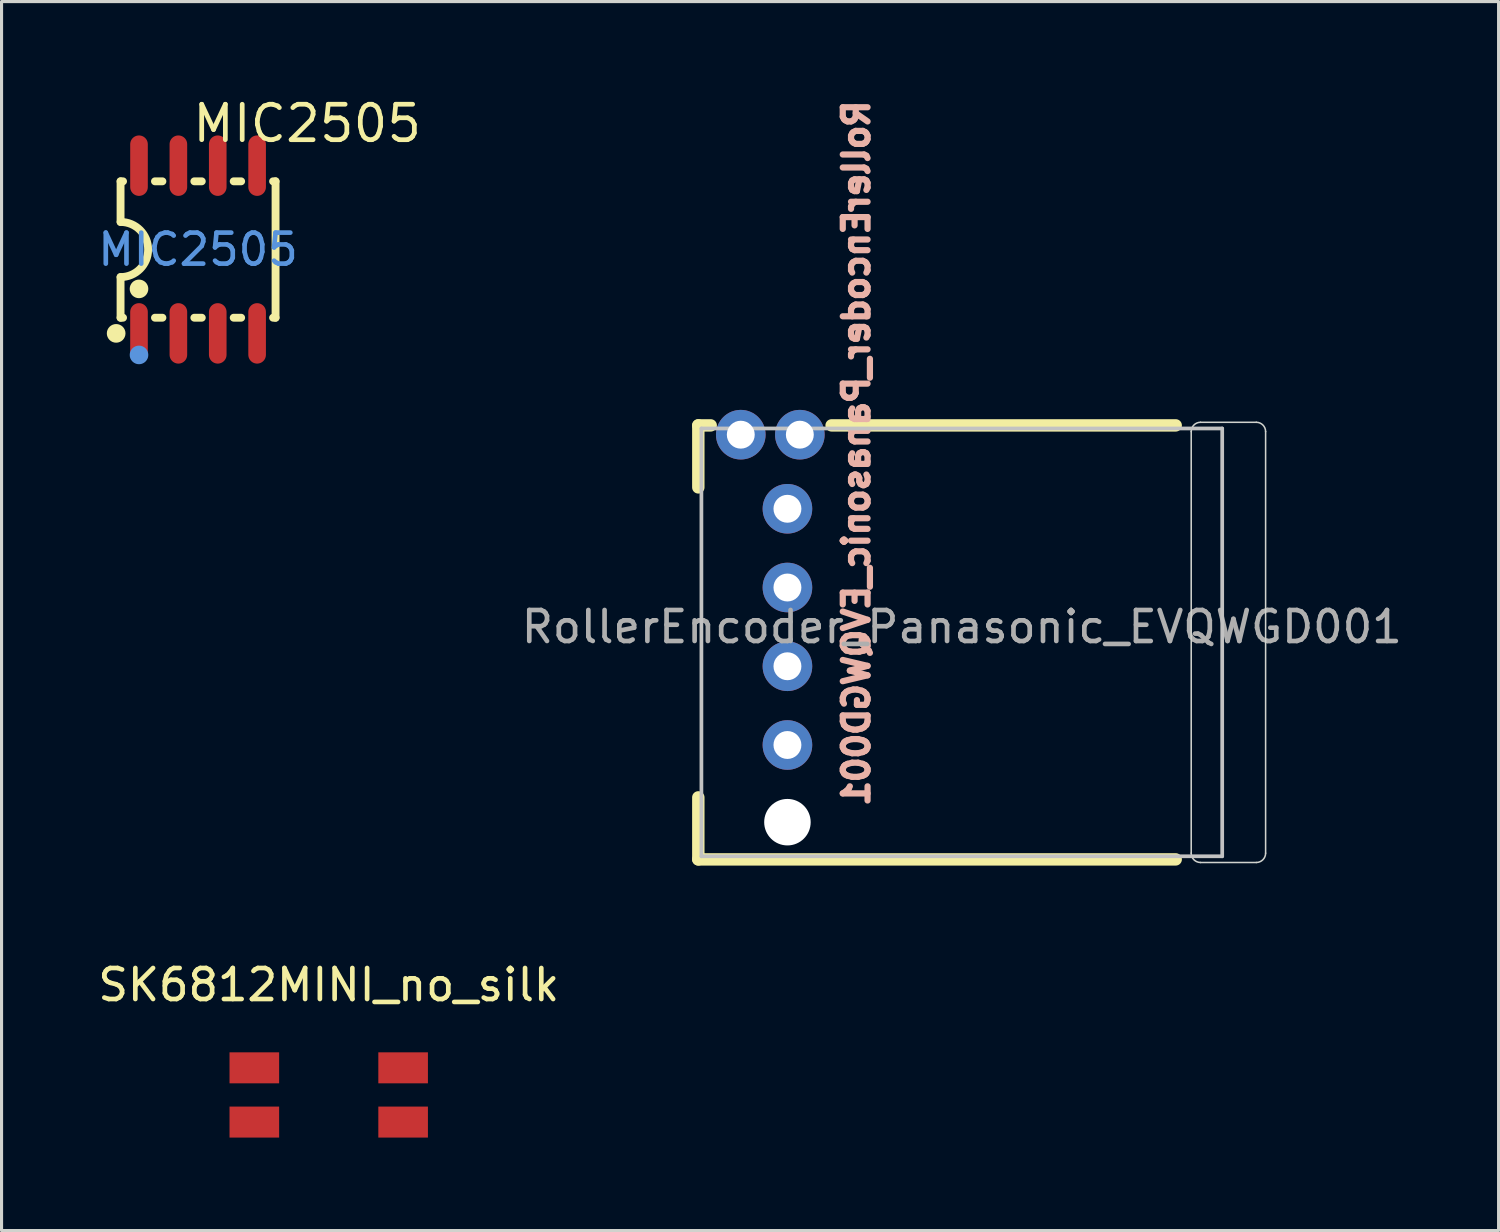
<source format=kicad_pcb>
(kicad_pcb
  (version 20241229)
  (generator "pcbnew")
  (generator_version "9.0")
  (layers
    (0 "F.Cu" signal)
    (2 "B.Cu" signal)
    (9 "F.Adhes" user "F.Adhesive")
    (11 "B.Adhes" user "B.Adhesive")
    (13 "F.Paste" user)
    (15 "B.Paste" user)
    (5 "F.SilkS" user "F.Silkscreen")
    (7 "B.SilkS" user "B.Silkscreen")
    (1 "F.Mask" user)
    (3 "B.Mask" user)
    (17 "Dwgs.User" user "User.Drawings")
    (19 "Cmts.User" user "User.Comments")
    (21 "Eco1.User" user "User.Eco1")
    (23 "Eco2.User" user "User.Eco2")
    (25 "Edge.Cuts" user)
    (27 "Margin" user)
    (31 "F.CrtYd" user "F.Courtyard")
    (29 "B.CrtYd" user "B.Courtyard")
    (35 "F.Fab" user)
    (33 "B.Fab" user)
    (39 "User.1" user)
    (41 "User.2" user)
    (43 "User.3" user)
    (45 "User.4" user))
  (footprint "MIC2505"
    (layer "F.Cu")
    (at 3.339 4.999)
    (property "Reference" "MIC2505" (at -0.254 -4.064 0) (layer "F.SilkS") (effects (font (size 1.143 1.143) (thickness 0.152)) (justify left)))
    (attr smd)
    (fp_line (start -2.5 -2.2) (end -2.5 -0.889) (stroke (width 0.254) (type solid)) (layer "F.SilkS"))
    (fp_line (start -2.5 2.2) (end -2.5 0.889) (stroke (width 0.254) (type solid)) (layer "F.SilkS"))
    (fp_line (start -2.42 -2.2) (end -2.5 -2.2) (stroke (width 0.254) (type solid)) (layer "F.SilkS"))
    (fp_line (start -2.42 2.2) (end -2.5 2.2) (stroke (width 0.254) (type solid)) (layer "F.SilkS"))
    (fp_line (start -1.15 -2.2) (end -1.39 -2.2) (stroke (width 0.254) (type solid)) (layer "F.SilkS"))
    (fp_line (start -1.15 2.2) (end -1.39 2.2) (stroke (width 0.254) (type solid)) (layer "F.SilkS"))
    (fp_line (start 0.12 -2.2) (end -0.12 -2.2) (stroke (width 0.254) (type solid)) (layer "F.SilkS"))
    (fp_line (start 0.12 2.2) (end -0.12 2.2) (stroke (width 0.254) (type solid)) (layer "F.SilkS"))
    (fp_line (start 1.39 -2.2) (end 1.15 -2.2) (stroke (width 0.254) (type solid)) (layer "F.SilkS"))
    (fp_line (start 1.39 2.2) (end 1.15 2.2) (stroke (width 0.254) (type solid)) (layer "F.SilkS"))
    (fp_line (start 2.5 -2.2) (end 2.42 -2.2) (stroke (width 0.254) (type solid)) (layer "F.SilkS"))
    (fp_line (start 2.5 -2.2) (end 2.5 2.2) (stroke (width 0.254) (type solid)) (layer "F.SilkS"))
    (fp_line (start 2.5 2.2) (end 2.42 2.2) (stroke (width 0.254) (type solid)) (layer "F.SilkS"))
    (fp_arc (start -2.499 -0.889) (mid -1.611 0.001) (end -2.501 0.889) (stroke (width 0.254) (type solid)) (layer "F.SilkS"))
    (fp_circle (center -2.642 2.705) (end -2.491 2.705) (stroke (width 0.3) (type solid)) (fill no) (layer "F.SilkS"))
    (fp_circle (center -1.905 1.27) (end -1.755 1.27) (stroke (width 0.3) (type solid)) (fill no) (layer "F.SilkS"))
    (fp_circle (center -1.905 3.4) (end -1.755 3.4) (stroke (width 0.3) (type solid)) (fill no) (layer "Cmts.User"))
    (fp_text user "MIC2505" (at 0 0 0) (layer "Cmts.User") (effects (font (size 1 1) (thickness 0.15))))
    (pad "1" smd oval (at -1.905 2.705) (size 0.568 1.95) (layers "F.Cu" "F.Mask" "F.Paste"))
    (pad "2" smd oval (at -0.635 2.705) (size 0.568 1.95) (layers "F.Cu" "F.Mask" "F.Paste"))
    (pad "3" smd oval (at 0.635 2.705) (size 0.568 1.95) (layers "F.Cu" "F.Mask" "F.Paste"))
    (pad "4" smd oval (at 1.905 2.705) (size 0.568 1.95) (layers "F.Cu" "F.Mask" "F.Paste"))
    (pad "5" smd oval (at 1.905 -2.705) (size 0.568 1.95) (layers "F.Cu" "F.Mask" "F.Paste"))
    (pad "6" smd oval (at 0.635 -2.705) (size 0.568 1.95) (layers "F.Cu" "F.Mask" "F.Paste"))
    (pad "7" smd oval (at -0.635 -2.705) (size 0.568 1.95) (layers "F.Cu" "F.Mask" "F.Paste"))
    (pad "8" smd oval (at -1.905 -2.705) (size 0.568 1.95) (layers "F.Cu" "F.Mask" "F.Paste")))
  (footprint "SK6812MINI_no_silk"
    (layer "F.Cu")
    (at 7.554 32.271)
    (property "Reference" "SK6812MINI_no_silk" (at 0 -3.55 0) (layer "F.SilkS") (effects (font (size 1 1) (thickness 0.15))))
    (attr through_hole)
    (pad "1" smd rect (at 2.4 -0.875) (size 1.6 1) (layers "F.Cu" "F.Mask" "F.Paste"))
    (pad "2" smd rect (at 2.4 0.875) (size 1.6 1) (layers "F.Cu" "F.Mask" "F.Paste"))
    (pad "3" smd rect (at -2.4 0.875) (size 1.6 1) (layers "F.Cu" "F.Mask" "F.Paste"))
    (pad "4" smd rect (at -2.4 -0.875) (size 1.6 1) (layers "F.Cu" "F.Mask" "F.Paste")))
  (footprint "RollerEncoder_Panasonic_EVQWGD001"
    (layer "F.Cu")
    (at 27.976 17.172)
    (property "Reference" "RollerEncoder_Panasonic_EVQWGD001" (at 0 0 0) (layer "F.Fab") (effects (font (size 1 1) (thickness 0.15))))
    (attr through_hole)
    (fp_line (start -8.5 -6.5) (end -8.5 -4.5) (stroke (width 0.4) (type solid)) (layer "F.SilkS"))
    (fp_line (start -8.5 5.5) (end -8.5 7.5) (stroke (width 0.4) (type solid)) (layer "F.SilkS"))
    (fp_line (start -8.5 7.5) (end 6.9 7.5) (stroke (width 0.4) (type solid)) (layer "F.SilkS"))
    (fp_line (start -8.1 -6.5) (end -8.5 -6.5) (stroke (width 0.4) (type solid)) (layer "F.SilkS"))
    (fp_line (start 6.9 -6.5) (end -4.2 -6.5) (stroke (width 0.4) (type solid)) (layer "F.SilkS"))
    (fp_line (start -8.4 -6.4) (end 8.4 -6.4) (stroke (width 0.12) (type solid)) (layer "Dwgs.User"))
    (fp_line (start -8.4 7.4) (end -8.4 -6.4) (stroke (width 0.12) (type solid)) (layer "Dwgs.User"))
    (fp_line (start 8.4 -6.4) (end 8.4 7.4) (stroke (width 0.12) (type solid)) (layer "Dwgs.User"))
    (fp_line (start 8.4 7.4) (end -8.4 7.4) (stroke (width 0.12) (type solid)) (layer "Dwgs.User"))
    (fp_line (start 7.4 -6.3) (end 7.4 7.3) (stroke (width 0.05) (type solid)) (layer "Edge.Cuts"))
    (fp_line (start 7.7 7.6) (end 9.5 7.6) (stroke (width 0.05) (type solid)) (layer "Edge.Cuts"))
    (fp_line (start 9.5 -6.6) (end 7.7 -6.6) (stroke (width 0.05) (type solid)) (layer "Edge.Cuts"))
    (fp_line (start 9.8 7.3) (end 9.8 -6.3) (stroke (width 0.05) (type solid)) (layer "Edge.Cuts"))
    (fp_arc (start 7.4 -6.3) (mid 7.487868 -6.512132) (end 7.7 -6.6) (stroke (width 0.05) (type solid)) (layer "Edge.Cuts"))
    (fp_arc (start 7.7 7.6) (mid 7.487868 7.512132) (end 7.4 7.3) (stroke (width 0.05) (type solid)) (layer "Edge.Cuts"))
    (fp_arc (start 9.5 -6.6) (mid 9.712132 -6.512132) (end 9.8 -6.3) (stroke (width 0.05) (type solid)) (layer "Edge.Cuts"))
    (fp_arc (start 9.8 7.3) (mid 9.712132 7.512132) (end 9.5 7.6) (stroke (width 0.05) (type solid)) (layer "Edge.Cuts"))
    (fp_text user "${REFERENCE}" (at -3.4 -5.6 90) (layer "B.SilkS") (effects (font (size 0.8 0.8) (thickness 0.2)) (justify mirror)))
    (pad "" np_thru_hole circle (at -5.625 6.3) (size 1.5 1.5) (drill 1.5) (layers "*.Cu" "*.Mask"))
    (pad "A" thru_hole circle (at -5.625 -3.81) (size 1.6 1.6) (drill 0.9) (layers "*.Cu" "*.Mask"))
    (pad "B" thru_hole circle (at -5.625 -1.27) (size 1.6 1.6) (drill 0.9) (layers "*.Cu" "*.Mask"))
    (pad "C" thru_hole circle (at -5.625 1.27) (size 1.6 1.6) (drill 0.9) (layers "*.Cu" "*.Mask"))
    (pad "D" thru_hole circle (at -5.625 3.81) (size 1.6 1.6) (drill 0.9) (layers "*.Cu" "*.Mask"))
    (pad "S1" thru_hole circle (at -7.13 -6.2) (size 1.6 1.6) (drill 0.9) (layers "*.Cu" "*.Mask"))
    (pad "S2" thru_hole circle (at -5.225 -6.2) (size 1.6 1.6) (drill 0.9) (layers "*.Cu" "*.Mask")))
  (gr_rect
    (start -3 -3)
    (end 45.291 36.646)
    (stroke (width 0.1) (type default))
    (fill no)
    (layer "Edge.Cuts")))
</source>
